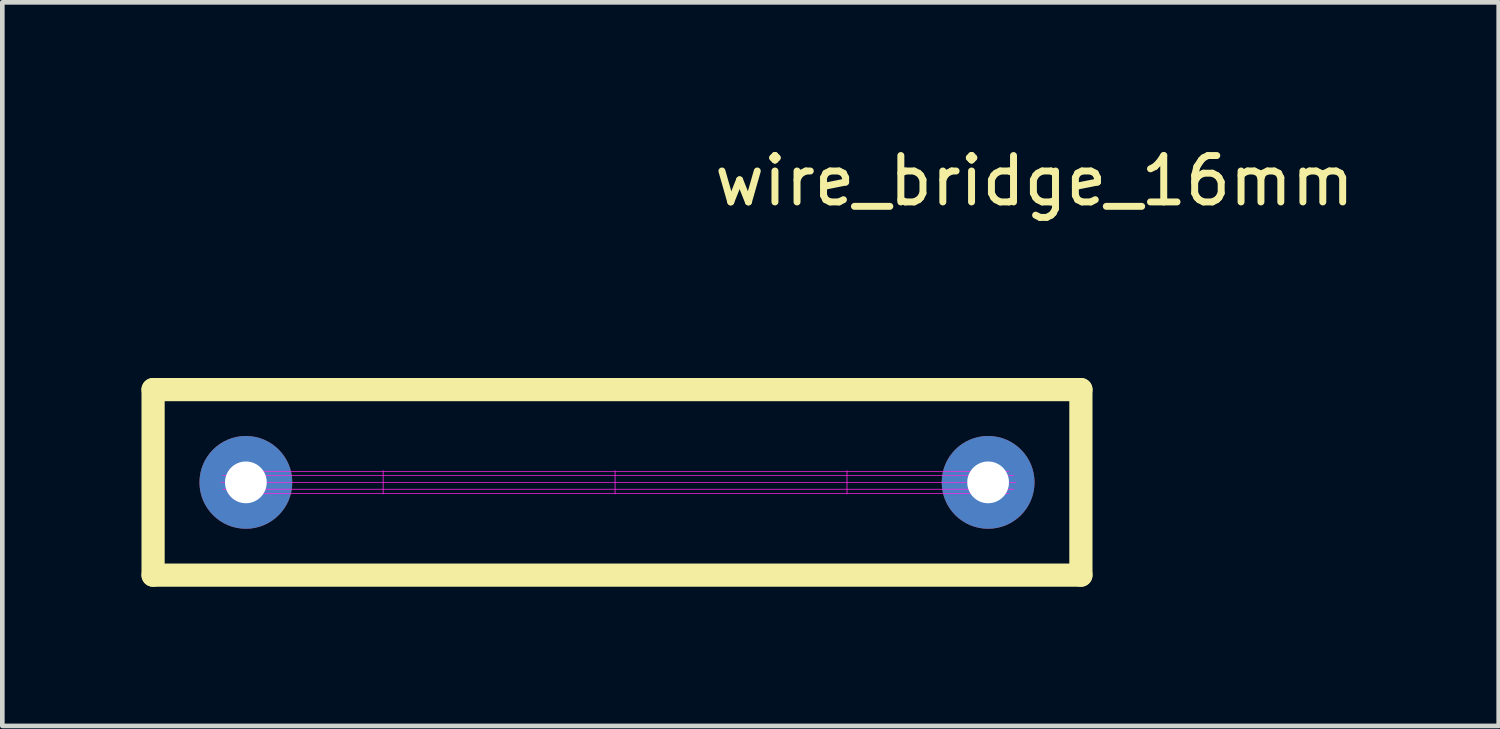
<source format=kicad_pcb>
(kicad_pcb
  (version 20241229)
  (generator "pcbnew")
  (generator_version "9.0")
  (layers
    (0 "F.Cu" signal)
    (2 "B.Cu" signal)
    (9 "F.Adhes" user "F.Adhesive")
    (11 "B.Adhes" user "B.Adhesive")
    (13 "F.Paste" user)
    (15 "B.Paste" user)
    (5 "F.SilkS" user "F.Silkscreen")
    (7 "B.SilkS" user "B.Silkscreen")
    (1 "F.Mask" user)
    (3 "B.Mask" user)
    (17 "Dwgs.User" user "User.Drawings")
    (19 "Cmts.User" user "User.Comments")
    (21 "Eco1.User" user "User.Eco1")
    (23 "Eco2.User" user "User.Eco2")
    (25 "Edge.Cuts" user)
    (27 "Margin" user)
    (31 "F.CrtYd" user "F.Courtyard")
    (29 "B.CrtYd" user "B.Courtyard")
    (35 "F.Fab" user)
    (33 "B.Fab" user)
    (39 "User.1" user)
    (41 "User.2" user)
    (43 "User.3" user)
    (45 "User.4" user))
  (footprint "wire_bridge_16mm"
    (layer "F.Cu")
    (at 2.25 7.348)
    (property "Reference" "wire_bridge_16mm" (at 17 -6.5 0) (layer "F.SilkS") (effects (font (size 1 1) (thickness 0.15))))
    (attr through_hole)
    (fp_line (start -2 -2) (end -2 2) (stroke (width 0.5) (type solid)) (layer "F.SilkS"))
    (fp_line (start -2 2) (end 18 2) (stroke (width 0.5) (type solid)) (layer "F.SilkS"))
    (fp_line (start 18 -2) (end -2 -2) (stroke (width 0.5) (type solid)) (layer "F.SilkS"))
    (fp_line (start 18 2) (end 18 -2) (stroke (width 0.5) (type solid)) (layer "F.SilkS"))
    (fp_line (start -0.538 0) (end -0.26 0) (stroke (width 0.01) (type solid)) (layer "F.CrtYd"))
    (fp_line (start -0.538 0) (end -0.538 0) (stroke (width 0.01) (type solid)) (layer "F.CrtYd"))
    (fp_line (start -0.495 -0.147) (end -0.495 -0.147) (stroke (width 0.01) (type solid)) (layer "F.CrtYd"))
    (fp_line (start -0.495 -0.147) (end -0.212 -0.147) (stroke (width 0.01) (type solid)) (layer "F.CrtYd"))
    (fp_line (start -0.495 0.147) (end -0.495 0.147) (stroke (width 0.01) (type solid)) (layer "F.CrtYd"))
    (fp_line (start -0.495 0.147) (end -0.211 0.147) (stroke (width 0.01) (type solid)) (layer "F.CrtYd"))
    (fp_line (start -0.384 -0.237) (end -0.383 -0.237) (stroke (width 0.01) (type solid)) (layer "F.CrtYd"))
    (fp_line (start -0.383 -0.237) (end -0.086 -0.237) (stroke (width 0.01) (type solid)) (layer "F.CrtYd"))
    (fp_line (start -0.382 0.238) (end -0.382 0.238) (stroke (width 0.01) (type solid)) (layer "F.CrtYd"))
    (fp_line (start -0.382 0.238) (end -0.084 0.238) (stroke (width 0.01) (type solid)) (layer "F.CrtYd"))
    (fp_line (start -0.292 0) (end -0.292 0) (stroke (width 0.01) (type solid)) (layer "F.CrtYd"))
    (fp_line (start -0.292 0) (end -0.292 0) (stroke (width 0.01) (type solid)) (layer "F.CrtYd"))
    (fp_line (start -0.292 0) (end 0.208 0) (stroke (width 0.01) (type solid)) (layer "F.CrtYd"))
    (fp_line (start -0.26 0) (end -0.26 0) (stroke (width 0.01) (type solid)) (layer "F.CrtYd"))
    (fp_line (start -0.26 0) (end -0.292 0) (stroke (width 0.01) (type solid)) (layer "F.CrtYd"))
    (fp_line (start -0.245 -0.238) (end -0.245 -0.238) (stroke (width 0.01) (type solid)) (layer "F.CrtYd"))
    (fp_line (start -0.245 -0.238) (end 0.07 -0.238) (stroke (width 0.01) (type solid)) (layer "F.CrtYd"))
    (fp_line (start -0.244 -0.147) (end -0.244 -0.147) (stroke (width 0.01) (type solid)) (layer "F.CrtYd"))
    (fp_line (start -0.244 -0.147) (end -0.244 -0.147) (stroke (width 0.01) (type solid)) (layer "F.CrtYd"))
    (fp_line (start -0.244 0.147) (end -0.244 0.147) (stroke (width 0.01) (type solid)) (layer "F.CrtYd"))
    (fp_line (start -0.244 0.147) (end -0.244 0.147) (stroke (width 0.01) (type solid)) (layer "F.CrtYd"))
    (fp_line (start -0.243 0.237) (end -0.243 0.237) (stroke (width 0.01) (type solid)) (layer "F.CrtYd"))
    (fp_line (start -0.243 0.237) (end 0.072 0.237) (stroke (width 0.01) (type solid)) (layer "F.CrtYd"))
    (fp_line (start -0.219 0) (end -0.219 -0.01) (stroke (width 0.01) (type solid)) (layer "F.CrtYd"))
    (fp_line (start -0.219 0.01) (end -0.219 0) (stroke (width 0.01) (type solid)) (layer "F.CrtYd"))
    (fp_line (start -0.219 -0.01) (end -0.218 -0.02) (stroke (width 0.01) (type solid)) (layer "F.CrtYd"))
    (fp_line (start -0.218 0.02) (end -0.219 0.01) (stroke (width 0.01) (type solid)) (layer "F.CrtYd"))
    (fp_line (start -0.218 -0.02) (end -0.217 -0.029) (stroke (width 0.01) (type solid)) (layer "F.CrtYd"))
    (fp_line (start -0.217 0.029) (end -0.218 0.02) (stroke (width 0.01) (type solid)) (layer "F.CrtYd"))
    (fp_line (start -0.217 -0.029) (end -0.216 -0.039) (stroke (width 0.01) (type solid)) (layer "F.CrtYd"))
    (fp_line (start -0.216 0.039) (end -0.217 0.029) (stroke (width 0.01) (type solid)) (layer "F.CrtYd"))
    (fp_line (start -0.216 -0.039) (end -0.215 -0.049) (stroke (width 0.01) (type solid)) (layer "F.CrtYd"))
    (fp_line (start -0.215 0.049) (end -0.216 0.039) (stroke (width 0.01) (type solid)) (layer "F.CrtYd"))
    (fp_line (start -0.215 -0.049) (end -0.214 -0.058) (stroke (width 0.01) (type solid)) (layer "F.CrtYd"))
    (fp_line (start -0.214 0.058) (end -0.215 0.049) (stroke (width 0.01) (type solid)) (layer "F.CrtYd"))
    (fp_line (start -0.214 -0.058) (end -0.212 -0.068) (stroke (width 0.01) (type solid)) (layer "F.CrtYd"))
    (fp_line (start -0.212 0.068) (end -0.214 0.058) (stroke (width 0.01) (type solid)) (layer "F.CrtYd"))
    (fp_line (start -0.212 -0.068) (end -0.21 -0.077) (stroke (width 0.01) (type solid)) (layer "F.CrtYd"))
    (fp_line (start -0.212 -0.147) (end -0.212 -0.147) (stroke (width 0.01) (type solid)) (layer "F.CrtYd"))
    (fp_line (start -0.212 -0.147) (end -0.244 -0.147) (stroke (width 0.01) (type solid)) (layer "F.CrtYd"))
    (fp_line (start -0.211 0.147) (end -0.211 0.147) (stroke (width 0.01) (type solid)) (layer "F.CrtYd"))
    (fp_line (start -0.211 0.147) (end -0.244 0.147) (stroke (width 0.01) (type solid)) (layer "F.CrtYd"))
    (fp_line (start -0.21 0.077) (end -0.212 0.068) (stroke (width 0.01) (type solid)) (layer "F.CrtYd"))
    (fp_line (start -0.21 -0.077) (end -0.208 -0.087) (stroke (width 0.01) (type solid)) (layer "F.CrtYd"))
    (fp_line (start -0.208 0.087) (end -0.21 0.077) (stroke (width 0.01) (type solid)) (layer "F.CrtYd"))
    (fp_line (start -0.208 -0.087) (end -0.205 -0.096) (stroke (width 0.01) (type solid)) (layer "F.CrtYd"))
    (fp_line (start -0.205 0.096) (end -0.208 0.087) (stroke (width 0.01) (type solid)) (layer "F.CrtYd"))
    (fp_line (start -0.205 -0.096) (end -0.202 -0.105) (stroke (width 0.01) (type solid)) (layer "F.CrtYd"))
    (fp_line (start -0.202 0.105) (end -0.205 0.096) (stroke (width 0.01) (type solid)) (layer "F.CrtYd"))
    (fp_line (start -0.202 -0.105) (end -0.199 -0.114) (stroke (width 0.01) (type solid)) (layer "F.CrtYd"))
    (fp_line (start -0.199 0.114) (end -0.202 0.105) (stroke (width 0.01) (type solid)) (layer "F.CrtYd"))
    (fp_line (start -0.199 -0.114) (end -0.196 -0.122) (stroke (width 0.01) (type solid)) (layer "F.CrtYd"))
    (fp_line (start -0.196 -0.122) (end -0.193 -0.131) (stroke (width 0.01) (type solid)) (layer "F.CrtYd"))
    (fp_line (start -0.196 0.122) (end -0.199 0.114) (stroke (width 0.01) (type solid)) (layer "F.CrtYd"))
    (fp_line (start -0.193 -0.131) (end -0.189 -0.139) (stroke (width 0.01) (type solid)) (layer "F.CrtYd"))
    (fp_line (start -0.193 0.131) (end -0.196 0.122) (stroke (width 0.01) (type solid)) (layer "F.CrtYd"))
    (fp_line (start -0.189 -0.139) (end -0.185 -0.147) (stroke (width 0.01) (type solid)) (layer "F.CrtYd"))
    (fp_line (start -0.189 0.139) (end -0.193 0.131) (stroke (width 0.01) (type solid)) (layer "F.CrtYd"))
    (fp_line (start -0.185 -0.147) (end -0.181 -0.155) (stroke (width 0.01) (type solid)) (layer "F.CrtYd"))
    (fp_line (start -0.185 0.147) (end -0.189 0.139) (stroke (width 0.01) (type solid)) (layer "F.CrtYd"))
    (fp_line (start -0.183 0.151) (end -0.185 0.147) (stroke (width 0.01) (type solid)) (layer "F.CrtYd"))
    (fp_line (start -0.181 -0.155) (end -0.179 -0.159) (stroke (width 0.01) (type solid)) (layer "F.CrtYd"))
    (fp_line (start -0.181 0.155) (end -0.183 0.151) (stroke (width 0.01) (type solid)) (layer "F.CrtYd"))
    (fp_line (start -0.179 -0.159) (end -0.176 -0.162) (stroke (width 0.01) (type solid)) (layer "F.CrtYd"))
    (fp_line (start -0.178 0.159) (end -0.181 0.155) (stroke (width 0.01) (type solid)) (layer "F.CrtYd"))
    (fp_line (start -0.176 -0.162) (end -0.174 -0.166) (stroke (width 0.01) (type solid)) (layer "F.CrtYd"))
    (fp_line (start -0.176 0.163) (end -0.178 0.159) (stroke (width 0.01) (type solid)) (layer "F.CrtYd"))
    (fp_line (start -0.174 -0.166) (end -0.172 -0.17) (stroke (width 0.01) (type solid)) (layer "F.CrtYd"))
    (fp_line (start -0.174 0.166) (end -0.176 0.163) (stroke (width 0.01) (type solid)) (layer "F.CrtYd"))
    (fp_line (start -0.172 -0.17) (end -0.169 -0.173) (stroke (width 0.01) (type solid)) (layer "F.CrtYd"))
    (fp_line (start -0.171 0.17) (end -0.174 0.166) (stroke (width 0.01) (type solid)) (layer "F.CrtYd"))
    (fp_line (start -0.169 -0.173) (end -0.167 -0.177) (stroke (width 0.01) (type solid)) (layer "F.CrtYd"))
    (fp_line (start -0.169 0.174) (end -0.171 0.17) (stroke (width 0.01) (type solid)) (layer "F.CrtYd"))
    (fp_line (start -0.167 -0.177) (end -0.165 -0.18) (stroke (width 0.01) (type solid)) (layer "F.CrtYd"))
    (fp_line (start -0.167 0.177) (end -0.169 0.174) (stroke (width 0.01) (type solid)) (layer "F.CrtYd"))
    (fp_line (start -0.165 -0.18) (end -0.162 -0.183) (stroke (width 0.01) (type solid)) (layer "F.CrtYd"))
    (fp_line (start -0.164 0.18) (end -0.167 0.177) (stroke (width 0.01) (type solid)) (layer "F.CrtYd"))
    (fp_line (start -0.162 -0.183) (end -0.16 -0.187) (stroke (width 0.01) (type solid)) (layer "F.CrtYd"))
    (fp_line (start -0.162 0.184) (end -0.164 0.18) (stroke (width 0.01) (type solid)) (layer "F.CrtYd"))
    (fp_line (start -0.16 -0.187) (end -0.157 -0.19) (stroke (width 0.01) (type solid)) (layer "F.CrtYd"))
    (fp_line (start -0.159 0.187) (end -0.162 0.184) (stroke (width 0.01) (type solid)) (layer "F.CrtYd"))
    (fp_line (start -0.157 -0.19) (end -0.154 -0.193) (stroke (width 0.01) (type solid)) (layer "F.CrtYd"))
    (fp_line (start -0.156 0.19) (end -0.159 0.187) (stroke (width 0.01) (type solid)) (layer "F.CrtYd"))
    (fp_line (start -0.154 -0.193) (end -0.152 -0.196) (stroke (width 0.01) (type solid)) (layer "F.CrtYd"))
    (fp_line (start -0.154 0.194) (end -0.156 0.19) (stroke (width 0.01) (type solid)) (layer "F.CrtYd"))
    (fp_line (start -0.152 -0.196) (end -0.149 -0.199) (stroke (width 0.01) (type solid)) (layer "F.CrtYd"))
    (fp_line (start -0.151 0.197) (end -0.154 0.194) (stroke (width 0.01) (type solid)) (layer "F.CrtYd"))
    (fp_line (start -0.149 -0.199) (end -0.146 -0.202) (stroke (width 0.01) (type solid)) (layer "F.CrtYd"))
    (fp_line (start -0.148 0.2) (end -0.151 0.197) (stroke (width 0.01) (type solid)) (layer "F.CrtYd"))
    (fp_line (start -0.146 -0.202) (end -0.143 -0.205) (stroke (width 0.01) (type solid)) (layer "F.CrtYd"))
    (fp_line (start -0.145 0.203) (end -0.148 0.2) (stroke (width 0.01) (type solid)) (layer "F.CrtYd"))
    (fp_line (start -0.143 -0.205) (end -0.14 -0.207) (stroke (width 0.01) (type solid)) (layer "F.CrtYd"))
    (fp_line (start -0.142 0.205) (end -0.145 0.203) (stroke (width 0.01) (type solid)) (layer "F.CrtYd"))
    (fp_line (start -0.14 -0.207) (end -0.138 -0.21) (stroke (width 0.01) (type solid)) (layer "F.CrtYd"))
    (fp_line (start -0.14 0.208) (end -0.142 0.205) (stroke (width 0.01) (type solid)) (layer "F.CrtYd"))
    (fp_line (start -0.138 -0.21) (end -0.135 -0.213) (stroke (width 0.01) (type solid)) (layer "F.CrtYd"))
    (fp_line (start -0.137 0.211) (end -0.14 0.208) (stroke (width 0.01) (type solid)) (layer "F.CrtYd"))
    (fp_line (start -0.135 -0.213) (end -0.132 -0.215) (stroke (width 0.01) (type solid)) (layer "F.CrtYd"))
    (fp_line (start -0.134 0.213) (end -0.137 0.211) (stroke (width 0.01) (type solid)) (layer "F.CrtYd"))
    (fp_line (start -0.133 -0.147) (end -0.133 -0.147) (stroke (width 0.01) (type solid)) (layer "F.CrtYd"))
    (fp_line (start -0.133 -0.147) (end 0.197 -0.147) (stroke (width 0.01) (type solid)) (layer "F.CrtYd"))
    (fp_line (start -0.133 0.147) (end -0.133 0.147) (stroke (width 0.01) (type solid)) (layer "F.CrtYd"))
    (fp_line (start -0.133 0.147) (end 0.197 0.147) (stroke (width 0.01) (type solid)) (layer "F.CrtYd"))
    (fp_line (start -0.132 -0.215) (end -0.129 -0.218) (stroke (width 0.01) (type solid)) (layer "F.CrtYd"))
    (fp_line (start -0.131 0.216) (end -0.134 0.213) (stroke (width 0.01) (type solid)) (layer "F.CrtYd"))
    (fp_line (start -0.129 -0.218) (end -0.126 -0.22) (stroke (width 0.01) (type solid)) (layer "F.CrtYd"))
    (fp_line (start -0.128 0.218) (end -0.131 0.216) (stroke (width 0.01) (type solid)) (layer "F.CrtYd"))
    (fp_line (start -0.126 -0.22) (end -0.123 -0.222) (stroke (width 0.01) (type solid)) (layer "F.CrtYd"))
    (fp_line (start -0.125 0.221) (end -0.128 0.218) (stroke (width 0.01) (type solid)) (layer "F.CrtYd"))
    (fp_line (start -0.123 -0.222) (end -0.12 -0.225) (stroke (width 0.01) (type solid)) (layer "F.CrtYd"))
    (fp_line (start -0.121 0.223) (end -0.125 0.221) (stroke (width 0.01) (type solid)) (layer "F.CrtYd"))
    (fp_line (start -0.12 -0.237) (end -0.12 -0.237) (stroke (width 0.01) (type solid)) (layer "F.CrtYd"))
    (fp_line (start -0.12 -0.237) (end -0.12 -0.237) (stroke (width 0.01) (type solid)) (layer "F.CrtYd"))
    (fp_line (start -0.12 -0.225) (end -0.116 -0.227) (stroke (width 0.01) (type solid)) (layer "F.CrtYd"))
    (fp_line (start -0.118 0.225) (end -0.121 0.223) (stroke (width 0.01) (type solid)) (layer "F.CrtYd"))
    (fp_line (start -0.118 0.238) (end -0.118 0.238) (stroke (width 0.01) (type solid)) (layer "F.CrtYd"))
    (fp_line (start -0.116 -0.227) (end -0.113 -0.229) (stroke (width 0.01) (type solid)) (layer "F.CrtYd"))
    (fp_line (start -0.115 0.227) (end -0.118 0.225) (stroke (width 0.01) (type solid)) (layer "F.CrtYd"))
    (fp_line (start -0.113 -0.229) (end -0.11 -0.231) (stroke (width 0.01) (type solid)) (layer "F.CrtYd"))
    (fp_line (start -0.112 0.229) (end -0.115 0.227) (stroke (width 0.01) (type solid)) (layer "F.CrtYd"))
    (fp_line (start -0.11 -0.231) (end -0.107 -0.232) (stroke (width 0.01) (type solid)) (layer "F.CrtYd"))
    (fp_line (start -0.109 0.231) (end -0.112 0.229) (stroke (width 0.01) (type solid)) (layer "F.CrtYd"))
    (fp_line (start -0.107 -0.232) (end -0.104 -0.234) (stroke (width 0.01) (type solid)) (layer "F.CrtYd"))
    (fp_line (start -0.106 0.233) (end -0.109 0.231) (stroke (width 0.01) (type solid)) (layer "F.CrtYd"))
    (fp_line (start -0.104 -0.234) (end -0.101 -0.236) (stroke (width 0.01) (type solid)) (layer "F.CrtYd"))
    (fp_line (start -0.102 0.235) (end -0.106 0.233) (stroke (width 0.01) (type solid)) (layer "F.CrtYd"))
    (fp_line (start -0.101 -0.236) (end -0.097 -0.237) (stroke (width 0.01) (type solid)) (layer "F.CrtYd"))
    (fp_line (start -0.099 0.237) (end -0.102 0.235) (stroke (width 0.01) (type solid)) (layer "F.CrtYd"))
    (fp_line (start -0.097 -0.237) (end -0.094 -0.239) (stroke (width 0.01) (type solid)) (layer "F.CrtYd"))
    (fp_line (start -0.096 0.238) (end -0.099 0.237) (stroke (width 0.01) (type solid)) (layer "F.CrtYd"))
    (fp_line (start -0.094 -0.239) (end -0.091 -0.24) (stroke (width 0.01) (type solid)) (layer "F.CrtYd"))
    (fp_line (start -0.092 0.24) (end -0.096 0.238) (stroke (width 0.01) (type solid)) (layer "F.CrtYd"))
    (fp_line (start -0.091 0) (end -0.091 0) (stroke (width 0.01) (type solid)) (layer "F.CrtYd"))
    (fp_line (start -0.091 0) (end 0.245 0) (stroke (width 0.01) (type solid)) (layer "F.CrtYd"))
    (fp_line (start -0.091 -0.24) (end -0.087 -0.242) (stroke (width 0.01) (type solid)) (layer "F.CrtYd"))
    (fp_line (start -0.089 0.241) (end -0.092 0.24) (stroke (width 0.01) (type solid)) (layer "F.CrtYd"))
    (fp_line (start -0.087 -0.242) (end -0.084 -0.243) (stroke (width 0.01) (type solid)) (layer "F.CrtYd"))
    (fp_line (start -0.086 -0.237) (end -0.12 -0.237) (stroke (width 0.01) (type solid)) (layer "F.CrtYd"))
    (fp_line (start -0.086 -0.237) (end -0.086 -0.237) (stroke (width 0.01) (type solid)) (layer "F.CrtYd"))
    (fp_line (start -0.086 0.242) (end -0.089 0.241) (stroke (width 0.01) (type solid)) (layer "F.CrtYd"))
    (fp_line (start -0.084 0.238) (end -0.118 0.238) (stroke (width 0.01) (type solid)) (layer "F.CrtYd"))
    (fp_line (start -0.084 0.238) (end -0.084 0.238) (stroke (width 0.01) (type solid)) (layer "F.CrtYd"))
    (fp_line (start -0.084 -0.243) (end -0.081 -0.244) (stroke (width 0.01) (type solid)) (layer "F.CrtYd"))
    (fp_line (start -0.082 0.243) (end -0.086 0.242) (stroke (width 0.01) (type solid)) (layer "F.CrtYd"))
    (fp_line (start -0.081 -0.244) (end -0.077 -0.245) (stroke (width 0.01) (type solid)) (layer "F.CrtYd"))
    (fp_line (start -0.079 0.244) (end -0.082 0.243) (stroke (width 0.01) (type solid)) (layer "F.CrtYd"))
    (fp_line (start -0.077 -0.245) (end -0.074 -0.246) (stroke (width 0.01) (type solid)) (layer "F.CrtYd"))
    (fp_line (start -0.076 0.245) (end -0.079 0.244) (stroke (width 0.01) (type solid)) (layer "F.CrtYd"))
    (fp_line (start -0.074 -0.246) (end -0.07 -0.247) (stroke (width 0.01) (type solid)) (layer "F.CrtYd"))
    (fp_line (start -0.072 0.246) (end -0.076 0.245) (stroke (width 0.01) (type solid)) (layer "F.CrtYd"))
    (fp_line (start -0.07 -0.247) (end -0.067 -0.247) (stroke (width 0.01) (type solid)) (layer "F.CrtYd"))
    (fp_line (start -0.069 0.247) (end -0.072 0.246) (stroke (width 0.01) (type solid)) (layer "F.CrtYd"))
    (fp_line (start -0.067 -0.247) (end -0.064 -0.248) (stroke (width 0.01) (type solid)) (layer "F.CrtYd"))
    (fp_line (start -0.065 0.248) (end -0.069 0.247) (stroke (width 0.01) (type solid)) (layer "F.CrtYd"))
    (fp_line (start -0.064 -0.248) (end -0.06 -0.249) (stroke (width 0.01) (type solid)) (layer "F.CrtYd"))
    (fp_line (start -0.062 0.248) (end -0.065 0.248) (stroke (width 0.01) (type solid)) (layer "F.CrtYd"))
    (fp_line (start -0.06 -0.249) (end -0.057 -0.249) (stroke (width 0.01) (type solid)) (layer "F.CrtYd"))
    (fp_line (start -0.058 0.249) (end -0.062 0.248) (stroke (width 0.01) (type solid)) (layer "F.CrtYd"))
    (fp_line (start -0.057 -0.249) (end -0.053 -0.249) (stroke (width 0.01) (type solid)) (layer "F.CrtYd"))
    (fp_line (start -0.055 0.249) (end -0.058 0.249) (stroke (width 0.01) (type solid)) (layer "F.CrtYd"))
    (fp_line (start -0.053 -0.249) (end -0.05 -0.25) (stroke (width 0.01) (type solid)) (layer "F.CrtYd"))
    (fp_line (start -0.051 0.25) (end -0.055 0.249) (stroke (width 0.01) (type solid)) (layer "F.CrtYd"))
    (fp_line (start -0.05 -0.25) (end -0.046 -0.25) (stroke (width 0.01) (type solid)) (layer "F.CrtYd"))
    (fp_line (start -0.048 0.25) (end -0.051 0.25) (stroke (width 0.01) (type solid)) (layer "F.CrtYd"))
    (fp_line (start -0.046 -0.25) (end -0.043 -0.25) (stroke (width 0.01) (type solid)) (layer "F.CrtYd"))
    (fp_line (start -0.044 0.25) (end -0.048 0.25) (stroke (width 0.01) (type solid)) (layer "F.CrtYd"))
    (fp_line (start -0.043 -0.25) (end -0.039 -0.25) (stroke (width 0.01) (type solid)) (layer "F.CrtYd"))
    (fp_line (start -0.042 -0.25) (end -0.042 0.25) (stroke (width 0.01) (type solid)) (layer "F.CrtYd"))
    (fp_line (start -0.041 0.25) (end -0.044 0.25) (stroke (width 0.01) (type solid)) (layer "F.CrtYd"))
    (fp_line (start -0.039 -0.25) (end -0.036 -0.25) (stroke (width 0.01) (type solid)) (layer "F.CrtYd"))
    (fp_line (start -0.038 0.25) (end -0.041 0.25) (stroke (width 0.01) (type solid)) (layer "F.CrtYd"))
    (fp_line (start -0.036 -0.25) (end -0.032 -0.25) (stroke (width 0.01) (type solid)) (layer "F.CrtYd"))
    (fp_line (start -0.034 0.25) (end -0.038 0.25) (stroke (width 0.01) (type solid)) (layer "F.CrtYd"))
    (fp_line (start -0.032 -0.25) (end -0.029 -0.249) (stroke (width 0.01) (type solid)) (layer "F.CrtYd"))
    (fp_line (start -0.031 0.249) (end -0.034 0.25) (stroke (width 0.01) (type solid)) (layer "F.CrtYd"))
    (fp_line (start -0.029 -0.249) (end -0.025 -0.249) (stroke (width 0.01) (type solid)) (layer "F.CrtYd"))
    (fp_line (start -0.027 0.249) (end -0.031 0.249) (stroke (width 0.01) (type solid)) (layer "F.CrtYd"))
    (fp_line (start -0.025 -0.249) (end -0.022 -0.248) (stroke (width 0.01) (type solid)) (layer "F.CrtYd"))
    (fp_line (start -0.024 0.249) (end -0.027 0.249) (stroke (width 0.01) (type solid)) (layer "F.CrtYd"))
    (fp_line (start -0.022 -0.248) (end -0.019 -0.248) (stroke (width 0.01) (type solid)) (layer "F.CrtYd"))
    (fp_line (start -0.02 0.248) (end -0.024 0.249) (stroke (width 0.01) (type solid)) (layer "F.CrtYd"))
    (fp_line (start -0.019 -0.248) (end -0.015 -0.247) (stroke (width 0.01) (type solid)) (layer "F.CrtYd"))
    (fp_line (start -0.017 0.247) (end -0.02 0.248) (stroke (width 0.01) (type solid)) (layer "F.CrtYd"))
    (fp_line (start -0.015 -0.247) (end -0.012 -0.246) (stroke (width 0.01) (type solid)) (layer "F.CrtYd"))
    (fp_line (start -0.013 0.247) (end -0.017 0.247) (stroke (width 0.01) (type solid)) (layer "F.CrtYd"))
    (fp_line (start -0.012 -0.246) (end -0.008 -0.245) (stroke (width 0.01) (type solid)) (layer "F.CrtYd"))
    (fp_line (start -0.01 0.246) (end -0.013 0.247) (stroke (width 0.01) (type solid)) (layer "F.CrtYd"))
    (fp_line (start -0.008 -0.245) (end -0.005 -0.244) (stroke (width 0.01) (type solid)) (layer "F.CrtYd"))
    (fp_line (start -0.007 0.245) (end -0.01 0.246) (stroke (width 0.01) (type solid)) (layer "F.CrtYd"))
    (fp_line (start -0.005 -0.244) (end -0.001 -0.243) (stroke (width 0.01) (type solid)) (layer "F.CrtYd"))
    (fp_line (start -0.003 0.244) (end -0.007 0.245) (stroke (width 0.01) (type solid)) (layer "F.CrtYd"))
    (fp_line (start -0.001 -0.243) (end 0.002 -0.242) (stroke (width 0.01) (type solid)) (layer "F.CrtYd"))
    (fp_line (start 0.00021 0.243) (end -0.003 0.244) (stroke (width 0.01) (type solid)) (layer "F.CrtYd"))
    (fp_line (start 0.002 -0.242) (end 0.005 -0.241) (stroke (width 0.01) (type solid)) (layer "F.CrtYd"))
    (fp_line (start 0.004 0.242) (end 0.00021 0.243) (stroke (width 0.01) (type solid)) (layer "F.CrtYd"))
    (fp_line (start 0.005 -0.241) (end 0.009 -0.24) (stroke (width 0.01) (type solid)) (layer "F.CrtYd"))
    (fp_line (start 0.007 0.24) (end 0.004 0.242) (stroke (width 0.01) (type solid)) (layer "F.CrtYd"))
    (fp_line (start 0.009 -0.24) (end 0.012 -0.238) (stroke (width 0.01) (type solid)) (layer "F.CrtYd"))
    (fp_line (start 0.01 0.239) (end 0.007 0.24) (stroke (width 0.01) (type solid)) (layer "F.CrtYd"))
    (fp_line (start 0.012 -0.238) (end 0.015 -0.237) (stroke (width 0.01) (type solid)) (layer "F.CrtYd"))
    (fp_line (start 0.014 0.237) (end 0.01 0.239) (stroke (width 0.01) (type solid)) (layer "F.CrtYd"))
    (fp_line (start 0.015 -0.237) (end 0.019 -0.235) (stroke (width 0.01) (type solid)) (layer "F.CrtYd"))
    (fp_line (start 0.017 0.236) (end 0.014 0.237) (stroke (width 0.01) (type solid)) (layer "F.CrtYd"))
    (fp_line (start 0.019 -0.235) (end 0.022 -0.233) (stroke (width 0.01) (type solid)) (layer "F.CrtYd"))
    (fp_line (start 0.02 0.234) (end 0.017 0.236) (stroke (width 0.01) (type solid)) (layer "F.CrtYd"))
    (fp_line (start 0.022 -0.233) (end 0.025 -0.231) (stroke (width 0.01) (type solid)) (layer "F.CrtYd"))
    (fp_line (start 0.023 0.232) (end 0.02 0.234) (stroke (width 0.01) (type solid)) (layer "F.CrtYd"))
    (fp_line (start 0.025 -0.231) (end 0.028 -0.229) (stroke (width 0.01) (type solid)) (layer "F.CrtYd"))
    (fp_line (start 0.026 0.231) (end 0.023 0.232) (stroke (width 0.01) (type solid)) (layer "F.CrtYd"))
    (fp_line (start 0.028 -0.229) (end 0.031 -0.227) (stroke (width 0.01) (type solid)) (layer "F.CrtYd"))
    (fp_line (start 0.03 0.229) (end 0.026 0.231) (stroke (width 0.01) (type solid)) (layer "F.CrtYd"))
    (fp_line (start 0.031 -0.227) (end 0.035 -0.225) (stroke (width 0.01) (type solid)) (layer "F.CrtYd"))
    (fp_line (start 0.033 0.227) (end 0.03 0.229) (stroke (width 0.01) (type solid)) (layer "F.CrtYd"))
    (fp_line (start 0.035 -0.225) (end 0.038 -0.223) (stroke (width 0.01) (type solid)) (layer "F.CrtYd"))
    (fp_line (start 0.036 0.225) (end 0.033 0.227) (stroke (width 0.01) (type solid)) (layer "F.CrtYd"))
    (fp_line (start 0.038 -0.223) (end 0.041 -0.221) (stroke (width 0.01) (type solid)) (layer "F.CrtYd"))
    (fp_line (start 0.039 0.222) (end 0.036 0.225) (stroke (width 0.01) (type solid)) (layer "F.CrtYd"))
    (fp_line (start 0.041 -0.221) (end 0.044 -0.218) (stroke (width 0.01) (type solid)) (layer "F.CrtYd"))
    (fp_line (start 0.042 0.22) (end 0.039 0.222) (stroke (width 0.01) (type solid)) (layer "F.CrtYd"))
    (fp_line (start 0.044 -0.218) (end 0.047 -0.216) (stroke (width 0.01) (type solid)) (layer "F.CrtYd"))
    (fp_line (start 0.045 0.218) (end 0.042 0.22) (stroke (width 0.01) (type solid)) (layer "F.CrtYd"))
    (fp_line (start 0.047 -0.216) (end 0.05 -0.213) (stroke (width 0.01) (type solid)) (layer "F.CrtYd"))
    (fp_line (start 0.048 0.215) (end 0.045 0.218) (stroke (width 0.01) (type solid)) (layer "F.CrtYd"))
    (fp_line (start 0.05 -0.213) (end 0.053 -0.211) (stroke (width 0.01) (type solid)) (layer "F.CrtYd"))
    (fp_line (start 0.051 0.213) (end 0.048 0.215) (stroke (width 0.01) (type solid)) (layer "F.CrtYd"))
    (fp_line (start 0.053 -0.211) (end 0.056 -0.208) (stroke (width 0.01) (type solid)) (layer "F.CrtYd"))
    (fp_line (start 0.054 0.21) (end 0.051 0.213) (stroke (width 0.01) (type solid)) (layer "F.CrtYd"))
    (fp_line (start 0.056 -0.208) (end 0.059 -0.205) (stroke (width 0.01) (type solid)) (layer "F.CrtYd"))
    (fp_line (start 0.057 0.207) (end 0.054 0.21) (stroke (width 0.01) (type solid)) (layer "F.CrtYd"))
    (fp_line (start 0.059 -0.205) (end 0.062 -0.203) (stroke (width 0.01) (type solid)) (layer "F.CrtYd"))
    (fp_line (start 0.06 0.205) (end 0.057 0.207) (stroke (width 0.01) (type solid)) (layer "F.CrtYd"))
    (fp_line (start 0.062 -0.203) (end 0.064 -0.2) (stroke (width 0.01) (type solid)) (layer "F.CrtYd"))
    (fp_line (start 0.062 0.202) (end 0.06 0.205) (stroke (width 0.01) (type solid)) (layer "F.CrtYd"))
    (fp_line (start 0.064 -0.2) (end 0.067 -0.197) (stroke (width 0.01) (type solid)) (layer "F.CrtYd"))
    (fp_line (start 0.065 0.199) (end 0.062 0.202) (stroke (width 0.01) (type solid)) (layer "F.CrtYd"))
    (fp_line (start 0.067 -0.197) (end 0.07 -0.194) (stroke (width 0.01) (type solid)) (layer "F.CrtYd"))
    (fp_line (start 0.068 0.196) (end 0.065 0.199) (stroke (width 0.01) (type solid)) (layer "F.CrtYd"))
    (fp_line (start 0.07 -0.238) (end 0.034 -0.238) (stroke (width 0.01) (type solid)) (layer "F.CrtYd"))
    (fp_line (start 0.07 -0.238) (end 0.07 -0.238) (stroke (width 0.01) (type solid)) (layer "F.CrtYd"))
    (fp_line (start 0.07 -0.194) (end 0.073 -0.19) (stroke (width 0.01) (type solid)) (layer "F.CrtYd"))
    (fp_line (start 0.071 0.193) (end 0.068 0.196) (stroke (width 0.01) (type solid)) (layer "F.CrtYd"))
    (fp_line (start 0.072 0.237) (end 0.072 0.237) (stroke (width 0.01) (type solid)) (layer "F.CrtYd"))
    (fp_line (start 0.072 0.237) (end 0.036 0.237) (stroke (width 0.01) (type solid)) (layer "F.CrtYd"))
    (fp_line (start 0.073 -0.19) (end 0.075 -0.187) (stroke (width 0.01) (type solid)) (layer "F.CrtYd"))
    (fp_line (start 0.073 0.19) (end 0.071 0.193) (stroke (width 0.01) (type solid)) (layer "F.CrtYd"))
    (fp_line (start 0.075 -0.187) (end 0.078 -0.184) (stroke (width 0.01) (type solid)) (layer "F.CrtYd"))
    (fp_line (start 0.076 0.187) (end 0.073 0.19) (stroke (width 0.01) (type solid)) (layer "F.CrtYd"))
    (fp_line (start 0.078 -0.184) (end 0.08 -0.18) (stroke (width 0.01) (type solid)) (layer "F.CrtYd"))
    (fp_line (start 0.078 0.183) (end 0.076 0.187) (stroke (width 0.01) (type solid)) (layer "F.CrtYd"))
    (fp_line (start 0.08 -0.18) (end 0.083 -0.177) (stroke (width 0.01) (type solid)) (layer "F.CrtYd"))
    (fp_line (start 0.081 0.18) (end 0.078 0.183) (stroke (width 0.01) (type solid)) (layer "F.CrtYd"))
    (fp_line (start 0.083 -0.177) (end 0.085 -0.174) (stroke (width 0.01) (type solid)) (layer "F.CrtYd"))
    (fp_line (start 0.083 0.177) (end 0.081 0.18) (stroke (width 0.01) (type solid)) (layer "F.CrtYd"))
    (fp_line (start 0.085 -0.174) (end 0.088 -0.17) (stroke (width 0.01) (type solid)) (layer "F.CrtYd"))
    (fp_line (start 0.086 0.173) (end 0.083 0.177) (stroke (width 0.01) (type solid)) (layer "F.CrtYd"))
    (fp_line (start 0.088 -0.17) (end 0.09 -0.166) (stroke (width 0.01) (type solid)) (layer "F.CrtYd"))
    (fp_line (start 0.088 0.17) (end 0.086 0.173) (stroke (width 0.01) (type solid)) (layer "F.CrtYd"))
    (fp_line (start 0.09 -0.166) (end 0.092 -0.163) (stroke (width 0.01) (type solid)) (layer "F.CrtYd"))
    (fp_line (start 0.09 0.166) (end 0.088 0.17) (stroke (width 0.01) (type solid)) (layer "F.CrtYd"))
    (fp_line (start 0.092 -0.163) (end 0.095 -0.159) (stroke (width 0.01) (type solid)) (layer "F.CrtYd"))
    (fp_line (start 0.093 0.162) (end 0.09 0.166) (stroke (width 0.01) (type solid)) (layer "F.CrtYd"))
    (fp_line (start 0.095 -0.159) (end 0.097 -0.155) (stroke (width 0.01) (type solid)) (layer "F.CrtYd"))
    (fp_line (start 0.095 0.159) (end 0.093 0.162) (stroke (width 0.01) (type solid)) (layer "F.CrtYd"))
    (fp_line (start 0.097 -0.155) (end 0.099 -0.151) (stroke (width 0.01) (type solid)) (layer "F.CrtYd"))
    (fp_line (start 0.097 0.155) (end 0.095 0.159) (stroke (width 0.01) (type solid)) (layer "F.CrtYd"))
    (fp_line (start 0.099 -0.151) (end 0.101 -0.147) (stroke (width 0.01) (type solid)) (layer "F.CrtYd"))
    (fp_line (start 0.101 -0.147) (end 0.105 -0.139) (stroke (width 0.01) (type solid)) (layer "F.CrtYd"))
    (fp_line (start 0.101 0.147) (end 0.097 0.155) (stroke (width 0.01) (type solid)) (layer "F.CrtYd"))
    (fp_line (start 0.105 -0.139) (end 0.109 -0.131) (stroke (width 0.01) (type solid)) (layer "F.CrtYd"))
    (fp_line (start 0.105 0.139) (end 0.101 0.147) (stroke (width 0.01) (type solid)) (layer "F.CrtYd"))
    (fp_line (start 0.109 -0.131) (end 0.112 -0.122) (stroke (width 0.01) (type solid)) (layer "F.CrtYd"))
    (fp_line (start 0.109 0.131) (end 0.105 0.139) (stroke (width 0.01) (type solid)) (layer "F.CrtYd"))
    (fp_line (start 0.112 -0.122) (end 0.116 -0.114) (stroke (width 0.01) (type solid)) (layer "F.CrtYd"))
    (fp_line (start 0.112 0.122) (end 0.109 0.131) (stroke (width 0.01) (type solid)) (layer "F.CrtYd"))
    (fp_line (start 0.116 0.114) (end 0.112 0.122) (stroke (width 0.01) (type solid)) (layer "F.CrtYd"))
    (fp_line (start 0.116 -0.114) (end 0.119 -0.105) (stroke (width 0.01) (type solid)) (layer "F.CrtYd"))
    (fp_line (start 0.119 0.105) (end 0.116 0.114) (stroke (width 0.01) (type solid)) (layer "F.CrtYd"))
    (fp_line (start 0.119 -0.105) (end 0.121 -0.096) (stroke (width 0.01) (type solid)) (layer "F.CrtYd"))
    (fp_line (start 0.121 0.096) (end 0.119 0.105) (stroke (width 0.01) (type solid)) (layer "F.CrtYd"))
    (fp_line (start 0.121 -0.096) (end 0.124 -0.087) (stroke (width 0.01) (type solid)) (layer "F.CrtYd"))
    (fp_line (start 0.124 0.087) (end 0.121 0.096) (stroke (width 0.01) (type solid)) (layer "F.CrtYd"))
    (fp_line (start 0.124 -0.087) (end 0.126 -0.077) (stroke (width 0.01) (type solid)) (layer "F.CrtYd"))
    (fp_line (start 0.126 0.077) (end 0.124 0.087) (stroke (width 0.01) (type solid)) (layer "F.CrtYd"))
    (fp_line (start 0.126 -0.077) (end 0.128 -0.068) (stroke (width 0.01) (type solid)) (layer "F.CrtYd"))
    (fp_line (start 0.128 0.068) (end 0.126 0.077) (stroke (width 0.01) (type solid)) (layer "F.CrtYd"))
    (fp_line (start 0.128 -0.068) (end 0.13 -0.058) (stroke (width 0.01) (type solid)) (layer "F.CrtYd"))
    (fp_line (start 0.13 0.058) (end 0.128 0.068) (stroke (width 0.01) (type solid)) (layer "F.CrtYd"))
    (fp_line (start 0.13 -0.058) (end 0.131 -0.049) (stroke (width 0.01) (type solid)) (layer "F.CrtYd"))
    (fp_line (start 0.131 0.049) (end 0.13 0.058) (stroke (width 0.01) (type solid)) (layer "F.CrtYd"))
    (fp_line (start 0.131 -0.049) (end 0.133 -0.039) (stroke (width 0.01) (type solid)) (layer "F.CrtYd"))
    (fp_line (start 0.133 0.039) (end 0.131 0.049) (stroke (width 0.01) (type solid)) (layer "F.CrtYd"))
    (fp_line (start 0.133 -0.039) (end 0.134 -0.029) (stroke (width 0.01) (type solid)) (layer "F.CrtYd"))
    (fp_line (start 0.134 0.029) (end 0.133 0.039) (stroke (width 0.01) (type solid)) (layer "F.CrtYd"))
    (fp_line (start 0.134 -0.029) (end 0.134 -0.02) (stroke (width 0.01) (type solid)) (layer "F.CrtYd"))
    (fp_line (start 0.134 0.02) (end 0.134 0.029) (stroke (width 0.01) (type solid)) (layer "F.CrtYd"))
    (fp_line (start 0.134 -0.02) (end 0.135 -0.01) (stroke (width 0.01) (type solid)) (layer "F.CrtYd"))
    (fp_line (start 0.135 0.01) (end 0.134 0.02) (stroke (width 0.01) (type solid)) (layer "F.CrtYd"))
    (fp_line (start 0.135 -0.01) (end 0.135 0) (stroke (width 0.01) (type solid)) (layer "F.CrtYd"))
    (fp_line (start 0.135 0) (end 0.135 0.01) (stroke (width 0.01) (type solid)) (layer "F.CrtYd"))
    (fp_line (start 0.197 -0.147) (end 0.197 -0.147) (stroke (width 0.01) (type solid)) (layer "F.CrtYd"))
    (fp_line (start 0.197 -0.147) (end 0.16 -0.147) (stroke (width 0.01) (type solid)) (layer "F.CrtYd"))
    (fp_line (start 0.197 0.147) (end 0.197 0.147) (stroke (width 0.01) (type solid)) (layer "F.CrtYd"))
    (fp_line (start 0.197 0.147) (end 0.16 0.147) (stroke (width 0.01) (type solid)) (layer "F.CrtYd"))
    (fp_line (start 0.245 0) (end 0.245 0) (stroke (width 0.01) (type solid)) (layer "F.CrtYd"))
    (fp_line (start 0.245 0) (end 0.208 0) (stroke (width 0.01) (type solid)) (layer "F.CrtYd"))
    (fp_line (start 2.958 -0.25) (end 2.958 -0.25) (stroke (width 0.01) (type solid)) (layer "F.CrtYd"))
    (fp_line (start 2.958 -0.25) (end 2.958 0.25) (stroke (width 0.01) (type solid)) (layer "F.CrtYd"))
    (fp_line (start 2.958 0) (end 2.958 -0.25) (stroke (width 0.01) (type solid)) (layer "F.CrtYd"))
    (fp_line (start 2.958 0.25) (end 2.958 0) (stroke (width 0.01) (type solid)) (layer "F.CrtYd"))
    (fp_line (start 2.958 0.25) (end 2.958 0.25) (stroke (width 0.01) (type solid)) (layer "F.CrtYd"))
    (fp_line (start 7.958 -0.25) (end 7.958 -0.25) (stroke (width 0.01) (type solid)) (layer "F.CrtYd"))
    (fp_line (start 7.958 -0.25) (end 7.958 0.25) (stroke (width 0.01) (type solid)) (layer "F.CrtYd"))
    (fp_line (start 7.958 0) (end 7.958 -0.25) (stroke (width 0.01) (type solid)) (layer "F.CrtYd"))
    (fp_line (start 7.958 0.25) (end 7.958 0) (stroke (width 0.01) (type solid)) (layer "F.CrtYd"))
    (fp_line (start 7.958 0.25) (end 7.958 0.25) (stroke (width 0.01) (type solid)) (layer "F.CrtYd"))
    (fp_line (start 12.958 -0.25) (end 12.958 -0.25) (stroke (width 0.01) (type solid)) (layer "F.CrtYd"))
    (fp_line (start 12.958 -0.25) (end 12.958 0.25) (stroke (width 0.01) (type solid)) (layer "F.CrtYd"))
    (fp_line (start 12.958 0) (end 12.958 -0.25) (stroke (width 0.01) (type solid)) (layer "F.CrtYd"))
    (fp_line (start 12.958 0.25) (end 12.958 0) (stroke (width 0.01) (type solid)) (layer "F.CrtYd"))
    (fp_line (start 12.958 0.25) (end 12.958 0.25) (stroke (width 0.01) (type solid)) (layer "F.CrtYd"))
    (fp_line (start 15.81 0) (end 15.81 0) (stroke (width 0.01) (type solid)) (layer "F.CrtYd"))
    (fp_line (start 15.81 0) (end 16.154 0) (stroke (width 0.01) (type solid)) (layer "F.CrtYd"))
    (fp_line (start 15.848 0) (end 15.81 0) (stroke (width 0.01) (type solid)) (layer "F.CrtYd"))
    (fp_line (start 15.848 0) (end 16.348 0) (stroke (width 0.01) (type solid)) (layer "F.CrtYd"))
    (fp_line (start 15.859 0.147) (end 15.859 0.147) (stroke (width 0.01) (type solid)) (layer "F.CrtYd"))
    (fp_line (start 15.859 0.147) (end 16.196 0.147) (stroke (width 0.01) (type solid)) (layer "F.CrtYd"))
    (fp_line (start 15.859 -0.147) (end 15.859 -0.147) (stroke (width 0.01) (type solid)) (layer "F.CrtYd"))
    (fp_line (start 15.859 -0.147) (end 16.196 -0.147) (stroke (width 0.01) (type solid)) (layer "F.CrtYd"))
    (fp_line (start 15.896 0.147) (end 15.859 0.147) (stroke (width 0.01) (type solid)) (layer "F.CrtYd"))
    (fp_line (start 15.896 -0.147) (end 15.859 -0.147) (stroke (width 0.01) (type solid)) (layer "F.CrtYd"))
    (fp_line (start 15.921 0) (end 15.921 0.01) (stroke (width 0.01) (type solid)) (layer "F.CrtYd"))
    (fp_line (start 15.921 -0.01) (end 15.921 0) (stroke (width 0.01) (type solid)) (layer "F.CrtYd"))
    (fp_line (start 15.921 0.01) (end 15.922 0.02) (stroke (width 0.01) (type solid)) (layer "F.CrtYd"))
    (fp_line (start 15.922 -0.02) (end 15.921 -0.01) (stroke (width 0.01) (type solid)) (layer "F.CrtYd"))
    (fp_line (start 15.922 0.02) (end 15.923 0.029) (stroke (width 0.01) (type solid)) (layer "F.CrtYd"))
    (fp_line (start 15.923 -0.029) (end 15.922 -0.02) (stroke (width 0.01) (type solid)) (layer "F.CrtYd"))
    (fp_line (start 15.923 0.029) (end 15.924 0.039) (stroke (width 0.01) (type solid)) (layer "F.CrtYd"))
    (fp_line (start 15.924 -0.039) (end 15.923 -0.029) (stroke (width 0.01) (type solid)) (layer "F.CrtYd"))
    (fp_line (start 15.924 0.039) (end 15.925 0.049) (stroke (width 0.01) (type solid)) (layer "F.CrtYd"))
    (fp_line (start 15.925 -0.049) (end 15.924 -0.039) (stroke (width 0.01) (type solid)) (layer "F.CrtYd"))
    (fp_line (start 15.925 0.049) (end 15.926 0.058) (stroke (width 0.01) (type solid)) (layer "F.CrtYd"))
    (fp_line (start 15.926 -0.058) (end 15.925 -0.049) (stroke (width 0.01) (type solid)) (layer "F.CrtYd"))
    (fp_line (start 15.926 0.058) (end 15.928 0.068) (stroke (width 0.01) (type solid)) (layer "F.CrtYd"))
    (fp_line (start 15.928 -0.068) (end 15.926 -0.058) (stroke (width 0.01) (type solid)) (layer "F.CrtYd"))
    (fp_line (start 15.928 0.068) (end 15.93 0.077) (stroke (width 0.01) (type solid)) (layer "F.CrtYd"))
    (fp_line (start 15.93 -0.077) (end 15.928 -0.068) (stroke (width 0.01) (type solid)) (layer "F.CrtYd"))
    (fp_line (start 15.93 0.077) (end 15.932 0.087) (stroke (width 0.01) (type solid)) (layer "F.CrtYd"))
    (fp_line (start 15.932 -0.087) (end 15.93 -0.077) (stroke (width 0.01) (type solid)) (layer "F.CrtYd"))
    (fp_line (start 15.932 0.087) (end 15.935 0.096) (stroke (width 0.01) (type solid)) (layer "F.CrtYd"))
    (fp_line (start 15.935 -0.096) (end 15.932 -0.087) (stroke (width 0.01) (type solid)) (layer "F.CrtYd"))
    (fp_line (start 15.935 0.096) (end 15.938 0.105) (stroke (width 0.01) (type solid)) (layer "F.CrtYd"))
    (fp_line (start 15.938 -0.105) (end 15.935 -0.096) (stroke (width 0.01) (type solid)) (layer "F.CrtYd"))
    (fp_line (start 15.938 0.105) (end 15.941 0.114) (stroke (width 0.01) (type solid)) (layer "F.CrtYd"))
    (fp_line (start 15.941 -0.114) (end 15.938 -0.105) (stroke (width 0.01) (type solid)) (layer "F.CrtYd"))
    (fp_line (start 15.941 0.114) (end 15.944 0.122) (stroke (width 0.01) (type solid)) (layer "F.CrtYd"))
    (fp_line (start 15.944 0.122) (end 15.947 0.131) (stroke (width 0.01) (type solid)) (layer "F.CrtYd"))
    (fp_line (start 15.944 -0.122) (end 15.941 -0.114) (stroke (width 0.01) (type solid)) (layer "F.CrtYd"))
    (fp_line (start 15.947 0.131) (end 15.951 0.139) (stroke (width 0.01) (type solid)) (layer "F.CrtYd"))
    (fp_line (start 15.947 -0.131) (end 15.944 -0.122) (stroke (width 0.01) (type solid)) (layer "F.CrtYd"))
    (fp_line (start 15.951 0.139) (end 15.955 0.147) (stroke (width 0.01) (type solid)) (layer "F.CrtYd"))
    (fp_line (start 15.951 -0.139) (end 15.947 -0.131) (stroke (width 0.01) (type solid)) (layer "F.CrtYd"))
    (fp_line (start 15.955 0.147) (end 15.959 0.155) (stroke (width 0.01) (type solid)) (layer "F.CrtYd"))
    (fp_line (start 15.955 -0.147) (end 15.951 -0.139) (stroke (width 0.01) (type solid)) (layer "F.CrtYd"))
    (fp_line (start 15.957 -0.151) (end 15.955 -0.147) (stroke (width 0.01) (type solid)) (layer "F.CrtYd"))
    (fp_line (start 15.959 0.155) (end 15.961 0.159) (stroke (width 0.01) (type solid)) (layer "F.CrtYd"))
    (fp_line (start 15.959 -0.155) (end 15.957 -0.151) (stroke (width 0.01) (type solid)) (layer "F.CrtYd"))
    (fp_line (start 15.961 0.159) (end 15.964 0.162) (stroke (width 0.01) (type solid)) (layer "F.CrtYd"))
    (fp_line (start 15.962 -0.159) (end 15.959 -0.155) (stroke (width 0.01) (type solid)) (layer "F.CrtYd"))
    (fp_line (start 15.964 0.162) (end 15.966 0.166) (stroke (width 0.01) (type solid)) (layer "F.CrtYd"))
    (fp_line (start 15.964 -0.163) (end 15.962 -0.159) (stroke (width 0.01) (type solid)) (layer "F.CrtYd"))
    (fp_line (start 15.966 0.166) (end 15.968 0.17) (stroke (width 0.01) (type solid)) (layer "F.CrtYd"))
    (fp_line (start 15.966 -0.166) (end 15.964 -0.163) (stroke (width 0.01) (type solid)) (layer "F.CrtYd"))
    (fp_line (start 15.968 0.17) (end 15.971 0.173) (stroke (width 0.01) (type solid)) (layer "F.CrtYd"))
    (fp_line (start 15.969 -0.17) (end 15.966 -0.166) (stroke (width 0.01) (type solid)) (layer "F.CrtYd"))
    (fp_line (start 15.971 0.173) (end 15.973 0.177) (stroke (width 0.01) (type solid)) (layer "F.CrtYd"))
    (fp_line (start 15.971 -0.174) (end 15.969 -0.17) (stroke (width 0.01) (type solid)) (layer "F.CrtYd"))
    (fp_line (start 15.973 0.177) (end 15.975 0.18) (stroke (width 0.01) (type solid)) (layer "F.CrtYd"))
    (fp_line (start 15.973 -0.177) (end 15.971 -0.174) (stroke (width 0.01) (type solid)) (layer "F.CrtYd"))
    (fp_line (start 15.975 0.18) (end 15.978 0.183) (stroke (width 0.01) (type solid)) (layer "F.CrtYd"))
    (fp_line (start 15.976 -0.18) (end 15.973 -0.177) (stroke (width 0.01) (type solid)) (layer "F.CrtYd"))
    (fp_line (start 15.978 0.183) (end 15.98 0.187) (stroke (width 0.01) (type solid)) (layer "F.CrtYd"))
    (fp_line (start 15.978 -0.184) (end 15.976 -0.18) (stroke (width 0.01) (type solid)) (layer "F.CrtYd"))
    (fp_line (start 15.98 0.187) (end 15.983 0.19) (stroke (width 0.01) (type solid)) (layer "F.CrtYd"))
    (fp_line (start 15.981 -0.187) (end 15.978 -0.184) (stroke (width 0.01) (type solid)) (layer "F.CrtYd"))
    (fp_line (start 15.983 0.19) (end 15.986 0.193) (stroke (width 0.01) (type solid)) (layer "F.CrtYd"))
    (fp_line (start 15.984 -0.19) (end 15.981 -0.187) (stroke (width 0.01) (type solid)) (layer "F.CrtYd"))
    (fp_line (start 15.984 0.237) (end 15.984 0.237) (stroke (width 0.01) (type solid)) (layer "F.CrtYd"))
    (fp_line (start 15.984 0.237) (end 16.306 0.237) (stroke (width 0.01) (type solid)) (layer "F.CrtYd"))
    (fp_line (start 15.986 0.193) (end 15.988 0.196) (stroke (width 0.01) (type solid)) (layer "F.CrtYd"))
    (fp_line (start 15.986 -0.238) (end 16.308 -0.238) (stroke (width 0.01) (type solid)) (layer "F.CrtYd"))
    (fp_line (start 15.986 -0.238) (end 15.986 -0.238) (stroke (width 0.01) (type solid)) (layer "F.CrtYd"))
    (fp_line (start 15.986 -0.194) (end 15.984 -0.19) (stroke (width 0.01) (type solid)) (layer "F.CrtYd"))
    (fp_line (start 15.988 0.196) (end 15.991 0.199) (stroke (width 0.01) (type solid)) (layer "F.CrtYd"))
    (fp_line (start 15.989 -0.197) (end 15.986 -0.194) (stroke (width 0.01) (type solid)) (layer "F.CrtYd"))
    (fp_line (start 15.991 0.199) (end 15.994 0.202) (stroke (width 0.01) (type solid)) (layer "F.CrtYd"))
    (fp_line (start 15.992 -0.2) (end 15.989 -0.197) (stroke (width 0.01) (type solid)) (layer "F.CrtYd"))
    (fp_line (start 15.994 0.202) (end 15.997 0.205) (stroke (width 0.01) (type solid)) (layer "F.CrtYd"))
    (fp_line (start 15.995 -0.203) (end 15.992 -0.2) (stroke (width 0.01) (type solid)) (layer "F.CrtYd"))
    (fp_line (start 15.997 0.205) (end 16 0.207) (stroke (width 0.01) (type solid)) (layer "F.CrtYd"))
    (fp_line (start 15.998 -0.205) (end 15.995 -0.203) (stroke (width 0.01) (type solid)) (layer "F.CrtYd"))
    (fp_line (start 16 0.207) (end 16.002 0.21) (stroke (width 0.01) (type solid)) (layer "F.CrtYd"))
    (fp_line (start 16 -0.208) (end 15.998 -0.205) (stroke (width 0.01) (type solid)) (layer "F.CrtYd"))
    (fp_line (start 16.002 0.21) (end 16.005 0.213) (stroke (width 0.01) (type solid)) (layer "F.CrtYd"))
    (fp_line (start 16.003 -0.211) (end 16 -0.208) (stroke (width 0.01) (type solid)) (layer "F.CrtYd"))
    (fp_line (start 16.005 0.213) (end 16.008 0.215) (stroke (width 0.01) (type solid)) (layer "F.CrtYd"))
    (fp_line (start 16.006 -0.213) (end 16.003 -0.211) (stroke (width 0.01) (type solid)) (layer "F.CrtYd"))
    (fp_line (start 16.008 0.215) (end 16.011 0.218) (stroke (width 0.01) (type solid)) (layer "F.CrtYd"))
    (fp_line (start 16.009 -0.216) (end 16.006 -0.213) (stroke (width 0.01) (type solid)) (layer "F.CrtYd"))
    (fp_line (start 16.011 0.218) (end 16.014 0.22) (stroke (width 0.01) (type solid)) (layer "F.CrtYd"))
    (fp_line (start 16.012 -0.218) (end 16.009 -0.216) (stroke (width 0.01) (type solid)) (layer "F.CrtYd"))
    (fp_line (start 16.014 0.22) (end 16.017 0.222) (stroke (width 0.01) (type solid)) (layer "F.CrtYd"))
    (fp_line (start 16.015 -0.221) (end 16.012 -0.218) (stroke (width 0.01) (type solid)) (layer "F.CrtYd"))
    (fp_line (start 16.017 0.222) (end 16.02 0.225) (stroke (width 0.01) (type solid)) (layer "F.CrtYd"))
    (fp_line (start 16.019 -0.223) (end 16.015 -0.221) (stroke (width 0.01) (type solid)) (layer "F.CrtYd"))
    (fp_line (start 16.02 0.237) (end 15.984 0.237) (stroke (width 0.01) (type solid)) (layer "F.CrtYd"))
    (fp_line (start 16.02 0.225) (end 16.024 0.227) (stroke (width 0.01) (type solid)) (layer "F.CrtYd"))
    (fp_line (start 16.022 -0.225) (end 16.019 -0.223) (stroke (width 0.01) (type solid)) (layer "F.CrtYd"))
    (fp_line (start 16.022 -0.238) (end 15.986 -0.238) (stroke (width 0.01) (type solid)) (layer "F.CrtYd"))
    (fp_line (start 16.024 0.227) (end 16.027 0.229) (stroke (width 0.01) (type solid)) (layer "F.CrtYd"))
    (fp_line (start 16.025 -0.227) (end 16.022 -0.225) (stroke (width 0.01) (type solid)) (layer "F.CrtYd"))
    (fp_line (start 16.027 0.229) (end 16.03 0.231) (stroke (width 0.01) (type solid)) (layer "F.CrtYd"))
    (fp_line (start 16.028 -0.229) (end 16.025 -0.227) (stroke (width 0.01) (type solid)) (layer "F.CrtYd"))
    (fp_line (start 16.03 0.231) (end 16.033 0.232) (stroke (width 0.01) (type solid)) (layer "F.CrtYd"))
    (fp_line (start 16.031 -0.231) (end 16.028 -0.229) (stroke (width 0.01) (type solid)) (layer "F.CrtYd"))
    (fp_line (start 16.033 0.232) (end 16.036 0.234) (stroke (width 0.01) (type solid)) (layer "F.CrtYd"))
    (fp_line (start 16.034 -0.233) (end 16.031 -0.231) (stroke (width 0.01) (type solid)) (layer "F.CrtYd"))
    (fp_line (start 16.036 0.234) (end 16.039 0.236) (stroke (width 0.01) (type solid)) (layer "F.CrtYd"))
    (fp_line (start 16.038 -0.235) (end 16.034 -0.233) (stroke (width 0.01) (type solid)) (layer "F.CrtYd"))
    (fp_line (start 16.039 0.236) (end 16.043 0.237) (stroke (width 0.01) (type solid)) (layer "F.CrtYd"))
    (fp_line (start 16.041 -0.237) (end 16.038 -0.235) (stroke (width 0.01) (type solid)) (layer "F.CrtYd"))
    (fp_line (start 16.043 0.237) (end 16.046 0.239) (stroke (width 0.01) (type solid)) (layer "F.CrtYd"))
    (fp_line (start 16.044 -0.238) (end 16.041 -0.237) (stroke (width 0.01) (type solid)) (layer "F.CrtYd"))
    (fp_line (start 16.046 0.239) (end 16.049 0.24) (stroke (width 0.01) (type solid)) (layer "F.CrtYd"))
    (fp_line (start 16.048 -0.24) (end 16.044 -0.238) (stroke (width 0.01) (type solid)) (layer "F.CrtYd"))
    (fp_line (start 16.049 0.24) (end 16.053 0.242) (stroke (width 0.01) (type solid)) (layer "F.CrtYd"))
    (fp_line (start 16.051 -0.241) (end 16.048 -0.24) (stroke (width 0.01) (type solid)) (layer "F.CrtYd"))
    (fp_line (start 16.053 0.242) (end 16.056 0.243) (stroke (width 0.01) (type solid)) (layer "F.CrtYd"))
    (fp_line (start 16.054 -0.242) (end 16.051 -0.241) (stroke (width 0.01) (type solid)) (layer "F.CrtYd"))
    (fp_line (start 16.056 0.243) (end 16.059 0.244) (stroke (width 0.01) (type solid)) (layer "F.CrtYd"))
    (fp_line (start 16.058 -0.243) (end 16.054 -0.242) (stroke (width 0.01) (type solid)) (layer "F.CrtYd"))
    (fp_line (start 16.059 0.244) (end 16.063 0.245) (stroke (width 0.01) (type solid)) (layer "F.CrtYd"))
    (fp_line (start 16.061 -0.244) (end 16.058 -0.243) (stroke (width 0.01) (type solid)) (layer "F.CrtYd"))
    (fp_line (start 16.063 0.245) (end 16.066 0.246) (stroke (width 0.01) (type solid)) (layer "F.CrtYd"))
    (fp_line (start 16.064 -0.245) (end 16.061 -0.244) (stroke (width 0.01) (type solid)) (layer "F.CrtYd"))
    (fp_line (start 16.066 0.246) (end 16.07 0.247) (stroke (width 0.01) (type solid)) (layer "F.CrtYd"))
    (fp_line (start 16.068 -0.246) (end 16.064 -0.245) (stroke (width 0.01) (type solid)) (layer "F.CrtYd"))
    (fp_line (start 16.07 0.247) (end 16.073 0.247) (stroke (width 0.01) (type solid)) (layer "F.CrtYd"))
    (fp_line (start 16.071 -0.247) (end 16.068 -0.246) (stroke (width 0.01) (type solid)) (layer "F.CrtYd"))
    (fp_line (start 16.073 0.247) (end 16.076 0.248) (stroke (width 0.01) (type solid)) (layer "F.CrtYd"))
    (fp_line (start 16.075 -0.248) (end 16.071 -0.247) (stroke (width 0.01) (type solid)) (layer "F.CrtYd"))
    (fp_line (start 16.076 0.248) (end 16.08 0.249) (stroke (width 0.01) (type solid)) (layer "F.CrtYd"))
    (fp_line (start 16.078 -0.248) (end 16.075 -0.248) (stroke (width 0.01) (type solid)) (layer "F.CrtYd"))
    (fp_line (start 16.08 0.249) (end 16.083 0.249) (stroke (width 0.01) (type solid)) (layer "F.CrtYd"))
    (fp_line (start 16.082 -0.249) (end 16.078 -0.248) (stroke (width 0.01) (type solid)) (layer "F.CrtYd"))
    (fp_line (start 16.083 0.249) (end 16.087 0.249) (stroke (width 0.01) (type solid)) (layer "F.CrtYd"))
    (fp_line (start 16.085 -0.249) (end 16.082 -0.249) (stroke (width 0.01) (type solid)) (layer "F.CrtYd"))
    (fp_line (start 16.087 0.249) (end 16.09 0.25) (stroke (width 0.01) (type solid)) (layer "F.CrtYd"))
    (fp_line (start 16.089 -0.25) (end 16.085 -0.249) (stroke (width 0.01) (type solid)) (layer "F.CrtYd"))
    (fp_line (start 16.09 0.25) (end 16.094 0.25) (stroke (width 0.01) (type solid)) (layer "F.CrtYd"))
    (fp_line (start 16.092 -0.25) (end 16.089 -0.25) (stroke (width 0.01) (type solid)) (layer "F.CrtYd"))
    (fp_line (start 16.094 0.25) (end 16.097 0.25) (stroke (width 0.01) (type solid)) (layer "F.CrtYd"))
    (fp_line (start 16.096 -0.25) (end 16.092 -0.25) (stroke (width 0.01) (type solid)) (layer "F.CrtYd"))
    (fp_line (start 16.097 0.25) (end 16.101 0.25) (stroke (width 0.01) (type solid)) (layer "F.CrtYd"))
    (fp_line (start 16.098 -0.25) (end 16.098 0.25) (stroke (width 0.01) (type solid)) (layer "F.CrtYd"))
    (fp_line (start 16.099 -0.25) (end 16.096 -0.25) (stroke (width 0.01) (type solid)) (layer "F.CrtYd"))
    (fp_line (start 16.101 0.25) (end 16.104 0.25) (stroke (width 0.01) (type solid)) (layer "F.CrtYd"))
    (fp_line (start 16.102 -0.25) (end 16.099 -0.25) (stroke (width 0.01) (type solid)) (layer "F.CrtYd"))
    (fp_line (start 16.104 0.25) (end 16.108 0.25) (stroke (width 0.01) (type solid)) (layer "F.CrtYd"))
    (fp_line (start 16.106 -0.25) (end 16.102 -0.25) (stroke (width 0.01) (type solid)) (layer "F.CrtYd"))
    (fp_line (start 16.108 0.25) (end 16.111 0.249) (stroke (width 0.01) (type solid)) (layer "F.CrtYd"))
    (fp_line (start 16.109 -0.249) (end 16.106 -0.25) (stroke (width 0.01) (type solid)) (layer "F.CrtYd"))
    (fp_line (start 16.111 0.249) (end 16.115 0.249) (stroke (width 0.01) (type solid)) (layer "F.CrtYd"))
    (fp_line (start 16.113 -0.249) (end 16.109 -0.249) (stroke (width 0.01) (type solid)) (layer "F.CrtYd"))
    (fp_line (start 16.115 0.249) (end 16.118 0.248) (stroke (width 0.01) (type solid)) (layer "F.CrtYd"))
    (fp_line (start 16.116 -0.249) (end 16.113 -0.249) (stroke (width 0.01) (type solid)) (layer "F.CrtYd"))
    (fp_line (start 16.118 0.248) (end 16.121 0.248) (stroke (width 0.01) (type solid)) (layer "F.CrtYd"))
    (fp_line (start 16.12 -0.248) (end 16.116 -0.249) (stroke (width 0.01) (type solid)) (layer "F.CrtYd"))
    (fp_line (start 16.121 0.248) (end 16.125 0.247) (stroke (width 0.01) (type solid)) (layer "F.CrtYd"))
    (fp_line (start 16.123 -0.247) (end 16.12 -0.248) (stroke (width 0.01) (type solid)) (layer "F.CrtYd"))
    (fp_line (start 16.125 0.247) (end 16.128 0.246) (stroke (width 0.01) (type solid)) (layer "F.CrtYd"))
    (fp_line (start 16.127 -0.247) (end 16.123 -0.247) (stroke (width 0.01) (type solid)) (layer "F.CrtYd"))
    (fp_line (start 16.128 0.246) (end 16.132 0.245) (stroke (width 0.01) (type solid)) (layer "F.CrtYd"))
    (fp_line (start 16.13 -0.246) (end 16.127 -0.247) (stroke (width 0.01) (type solid)) (layer "F.CrtYd"))
    (fp_line (start 16.132 0.245) (end 16.135 0.244) (stroke (width 0.01) (type solid)) (layer "F.CrtYd"))
    (fp_line (start 16.133 -0.245) (end 16.13 -0.246) (stroke (width 0.01) (type solid)) (layer "F.CrtYd"))
    (fp_line (start 16.135 0.244) (end 16.139 0.243) (stroke (width 0.01) (type solid)) (layer "F.CrtYd"))
    (fp_line (start 16.137 -0.244) (end 16.133 -0.245) (stroke (width 0.01) (type solid)) (layer "F.CrtYd"))
    (fp_line (start 16.139 0.243) (end 16.142 0.242) (stroke (width 0.01) (type solid)) (layer "F.CrtYd"))
    (fp_line (start 16.14 0.238) (end 16.444 0.238) (stroke (width 0.01) (type solid)) (layer "F.CrtYd"))
    (fp_line (start 16.14 0.238) (end 16.14 0.238) (stroke (width 0.01) (type solid)) (layer "F.CrtYd"))
    (fp_line (start 16.14 -0.243) (end 16.137 -0.244) (stroke (width 0.01) (type solid)) (layer "F.CrtYd"))
    (fp_line (start 16.142 -0.237) (end 16.446 -0.237) (stroke (width 0.01) (type solid)) (layer "F.CrtYd"))
    (fp_line (start 16.142 -0.237) (end 16.142 -0.237) (stroke (width 0.01) (type solid)) (layer "F.CrtYd"))
    (fp_line (start 16.142 0.242) (end 16.145 0.241) (stroke (width 0.01) (type solid)) (layer "F.CrtYd"))
    (fp_line (start 16.144 -0.242) (end 16.14 -0.243) (stroke (width 0.01) (type solid)) (layer "F.CrtYd"))
    (fp_line (start 16.145 0.241) (end 16.149 0.24) (stroke (width 0.01) (type solid)) (layer "F.CrtYd"))
    (fp_line (start 16.147 -0.24) (end 16.144 -0.242) (stroke (width 0.01) (type solid)) (layer "F.CrtYd"))
    (fp_line (start 16.149 0.24) (end 16.152 0.238) (stroke (width 0.01) (type solid)) (layer "F.CrtYd"))
    (fp_line (start 16.15 -0.239) (end 16.147 -0.24) (stroke (width 0.01) (type solid)) (layer "F.CrtYd"))
    (fp_line (start 16.152 0.238) (end 16.155 0.237) (stroke (width 0.01) (type solid)) (layer "F.CrtYd"))
    (fp_line (start 16.154 -0.237) (end 16.15 -0.239) (stroke (width 0.01) (type solid)) (layer "F.CrtYd"))
    (fp_line (start 16.154 0) (end -0.091 0) (stroke (width 0.01) (type solid)) (layer "F.CrtYd"))
    (fp_line (start 16.154 0) (end 16.154 0) (stroke (width 0.01) (type solid)) (layer "F.CrtYd"))
    (fp_line (start 16.155 0.237) (end 16.159 0.235) (stroke (width 0.01) (type solid)) (layer "F.CrtYd"))
    (fp_line (start 16.157 -0.236) (end 16.154 -0.237) (stroke (width 0.01) (type solid)) (layer "F.CrtYd"))
    (fp_line (start 16.159 0.235) (end 16.162 0.233) (stroke (width 0.01) (type solid)) (layer "F.CrtYd"))
    (fp_line (start 16.16 -0.234) (end 16.157 -0.236) (stroke (width 0.01) (type solid)) (layer "F.CrtYd"))
    (fp_line (start 16.162 0.233) (end 16.165 0.231) (stroke (width 0.01) (type solid)) (layer "F.CrtYd"))
    (fp_line (start 16.163 -0.232) (end 16.16 -0.234) (stroke (width 0.01) (type solid)) (layer "F.CrtYd"))
    (fp_line (start 16.165 0.231) (end 16.168 0.229) (stroke (width 0.01) (type solid)) (layer "F.CrtYd"))
    (fp_line (start 16.166 -0.231) (end 16.163 -0.232) (stroke (width 0.01) (type solid)) (layer "F.CrtYd"))
    (fp_line (start 16.168 0.229) (end 16.171 0.227) (stroke (width 0.01) (type solid)) (layer "F.CrtYd"))
    (fp_line (start 16.17 -0.229) (end 16.166 -0.231) (stroke (width 0.01) (type solid)) (layer "F.CrtYd"))
    (fp_line (start 16.171 0.227) (end 16.175 0.225) (stroke (width 0.01) (type solid)) (layer "F.CrtYd"))
    (fp_line (start 16.173 -0.227) (end 16.17 -0.229) (stroke (width 0.01) (type solid)) (layer "F.CrtYd"))
    (fp_line (start 16.174 0.238) (end 16.174 0.238) (stroke (width 0.01) (type solid)) (layer "F.CrtYd"))
    (fp_line (start 16.174 0.238) (end 16.14 0.238) (stroke (width 0.01) (type solid)) (layer "F.CrtYd"))
    (fp_line (start 16.175 0.225) (end 16.178 0.223) (stroke (width 0.01) (type solid)) (layer "F.CrtYd"))
    (fp_line (start 16.176 -0.225) (end 16.173 -0.227) (stroke (width 0.01) (type solid)) (layer "F.CrtYd"))
    (fp_line (start 16.176 -0.237) (end 16.142 -0.237) (stroke (width 0.01) (type solid)) (layer "F.CrtYd"))
    (fp_line (start 16.176 -0.237) (end 16.176 -0.237) (stroke (width 0.01) (type solid)) (layer "F.CrtYd"))
    (fp_line (start 16.178 0.223) (end 16.181 0.221) (stroke (width 0.01) (type solid)) (layer "F.CrtYd"))
    (fp_line (start 16.179 -0.222) (end 16.176 -0.225) (stroke (width 0.01) (type solid)) (layer "F.CrtYd"))
    (fp_line (start 16.181 0.221) (end 16.184 0.218) (stroke (width 0.01) (type solid)) (layer "F.CrtYd"))
    (fp_line (start 16.182 -0.22) (end 16.179 -0.222) (stroke (width 0.01) (type solid)) (layer "F.CrtYd"))
    (fp_line (start 16.184 0.218) (end 16.187 0.216) (stroke (width 0.01) (type solid)) (layer "F.CrtYd"))
    (fp_line (start 16.185 -0.218) (end 16.182 -0.22) (stroke (width 0.01) (type solid)) (layer "F.CrtYd"))
    (fp_line (start 16.187 0.216) (end 16.19 0.213) (stroke (width 0.01) (type solid)) (layer "F.CrtYd"))
    (fp_line (start 16.188 -0.215) (end 16.185 -0.218) (stroke (width 0.01) (type solid)) (layer "F.CrtYd"))
    (fp_line (start 16.19 0.213) (end 16.193 0.211) (stroke (width 0.01) (type solid)) (layer "F.CrtYd"))
    (fp_line (start 16.191 -0.213) (end 16.188 -0.215) (stroke (width 0.01) (type solid)) (layer "F.CrtYd"))
    (fp_line (start 16.193 0.211) (end 16.196 0.208) (stroke (width 0.01) (type solid)) (layer "F.CrtYd"))
    (fp_line (start 16.194 -0.21) (end 16.191 -0.213) (stroke (width 0.01) (type solid)) (layer "F.CrtYd"))
    (fp_line (start 16.196 0.208) (end 16.199 0.205) (stroke (width 0.01) (type solid)) (layer "F.CrtYd"))
    (fp_line (start 16.196 0.147) (end 16.196 0.147) (stroke (width 0.01) (type solid)) (layer "F.CrtYd"))
    (fp_line (start 16.196 0.147) (end -0.133 0.147) (stroke (width 0.01) (type solid)) (layer "F.CrtYd"))
    (fp_line (start 16.196 -0.147) (end 16.196 -0.147) (stroke (width 0.01) (type solid)) (layer "F.CrtYd"))
    (fp_line (start 16.196 -0.147) (end -0.133 -0.147) (stroke (width 0.01) (type solid)) (layer "F.CrtYd"))
    (fp_line (start 16.197 -0.207) (end 16.194 -0.21) (stroke (width 0.01) (type solid)) (layer "F.CrtYd"))
    (fp_line (start 16.199 0.205) (end 16.202 0.203) (stroke (width 0.01) (type solid)) (layer "F.CrtYd"))
    (fp_line (start 16.2 -0.205) (end 16.197 -0.207) (stroke (width 0.01) (type solid)) (layer "F.CrtYd"))
    (fp_line (start 16.202 0.203) (end 16.204 0.2) (stroke (width 0.01) (type solid)) (layer "F.CrtYd"))
    (fp_line (start 16.202 -0.202) (end 16.2 -0.205) (stroke (width 0.01) (type solid)) (layer "F.CrtYd"))
    (fp_line (start 16.204 0.2) (end 16.207 0.197) (stroke (width 0.01) (type solid)) (layer "F.CrtYd"))
    (fp_line (start 16.205 -0.199) (end 16.202 -0.202) (stroke (width 0.01) (type solid)) (layer "F.CrtYd"))
    (fp_line (start 16.207 0.197) (end 16.21 0.194) (stroke (width 0.01) (type solid)) (layer "F.CrtYd"))
    (fp_line (start 16.208 -0.196) (end 16.205 -0.199) (stroke (width 0.01) (type solid)) (layer "F.CrtYd"))
    (fp_line (start 16.21 0.194) (end 16.213 0.19) (stroke (width 0.01) (type solid)) (layer "F.CrtYd"))
    (fp_line (start 16.211 -0.193) (end 16.208 -0.196) (stroke (width 0.01) (type solid)) (layer "F.CrtYd"))
    (fp_line (start 16.213 0.19) (end 16.215 0.187) (stroke (width 0.01) (type solid)) (layer "F.CrtYd"))
    (fp_line (start 16.213 -0.19) (end 16.211 -0.193) (stroke (width 0.01) (type solid)) (layer "F.CrtYd"))
    (fp_line (start 16.215 0.187) (end 16.218 0.184) (stroke (width 0.01) (type solid)) (layer "F.CrtYd"))
    (fp_line (start 16.216 -0.187) (end 16.213 -0.19) (stroke (width 0.01) (type solid)) (layer "F.CrtYd"))
    (fp_line (start 16.218 0.184) (end 16.22 0.18) (stroke (width 0.01) (type solid)) (layer "F.CrtYd"))
    (fp_line (start 16.218 -0.183) (end 16.216 -0.187) (stroke (width 0.01) (type solid)) (layer "F.CrtYd"))
    (fp_line (start 16.22 0.18) (end 16.223 0.177) (stroke (width 0.01) (type solid)) (layer "F.CrtYd"))
    (fp_line (start 16.221 -0.18) (end 16.218 -0.183) (stroke (width 0.01) (type solid)) (layer "F.CrtYd"))
    (fp_line (start 16.223 0.177) (end 16.225 0.174) (stroke (width 0.01) (type solid)) (layer "F.CrtYd"))
    (fp_line (start 16.223 -0.177) (end 16.221 -0.18) (stroke (width 0.01) (type solid)) (layer "F.CrtYd"))
    (fp_line (start 16.225 0.174) (end 16.228 0.17) (stroke (width 0.01) (type solid)) (layer "F.CrtYd"))
    (fp_line (start 16.226 -0.173) (end 16.223 -0.177) (stroke (width 0.01) (type solid)) (layer "F.CrtYd"))
    (fp_line (start 16.228 0.17) (end 16.23 0.166) (stroke (width 0.01) (type solid)) (layer "F.CrtYd"))
    (fp_line (start 16.228 -0.17) (end 16.226 -0.173) (stroke (width 0.01) (type solid)) (layer "F.CrtYd"))
    (fp_line (start 16.23 0.166) (end 16.232 0.163) (stroke (width 0.01) (type solid)) (layer "F.CrtYd"))
    (fp_line (start 16.23 -0.166) (end 16.228 -0.17) (stroke (width 0.01) (type solid)) (layer "F.CrtYd"))
    (fp_line (start 16.232 0.163) (end 16.235 0.159) (stroke (width 0.01) (type solid)) (layer "F.CrtYd"))
    (fp_line (start 16.233 -0.162) (end 16.23 -0.166) (stroke (width 0.01) (type solid)) (layer "F.CrtYd"))
    (fp_line (start 16.235 0.159) (end 16.237 0.155) (stroke (width 0.01) (type solid)) (layer "F.CrtYd"))
    (fp_line (start 16.235 -0.159) (end 16.233 -0.162) (stroke (width 0.01) (type solid)) (layer "F.CrtYd"))
    (fp_line (start 16.237 0.155) (end 16.239 0.151) (stroke (width 0.01) (type solid)) (layer "F.CrtYd"))
    (fp_line (start 16.237 -0.155) (end 16.235 -0.159) (stroke (width 0.01) (type solid)) (layer "F.CrtYd"))
    (fp_line (start 16.239 0.151) (end 16.241 0.147) (stroke (width 0.01) (type solid)) (layer "F.CrtYd"))
    (fp_line (start 16.241 0.147) (end 16.245 0.139) (stroke (width 0.01) (type solid)) (layer "F.CrtYd"))
    (fp_line (start 16.241 -0.147) (end 16.237 -0.155) (stroke (width 0.01) (type solid)) (layer "F.CrtYd"))
    (fp_line (start 16.245 0.139) (end 16.249 0.131) (stroke (width 0.01) (type solid)) (layer "F.CrtYd"))
    (fp_line (start 16.245 -0.139) (end 16.241 -0.147) (stroke (width 0.01) (type solid)) (layer "F.CrtYd"))
    (fp_line (start 16.249 0.131) (end 16.252 0.122) (stroke (width 0.01) (type solid)) (layer "F.CrtYd"))
    (fp_line (start 16.249 -0.131) (end 16.245 -0.139) (stroke (width 0.01) (type solid)) (layer "F.CrtYd"))
    (fp_line (start 16.252 0.122) (end 16.256 0.114) (stroke (width 0.01) (type solid)) (layer "F.CrtYd"))
    (fp_line (start 16.252 -0.122) (end 16.249 -0.131) (stroke (width 0.01) (type solid)) (layer "F.CrtYd"))
    (fp_line (start 16.256 -0.114) (end 16.252 -0.122) (stroke (width 0.01) (type solid)) (layer "F.CrtYd"))
    (fp_line (start 16.256 0.114) (end 16.259 0.105) (stroke (width 0.01) (type solid)) (layer "F.CrtYd"))
    (fp_line (start 16.259 -0.105) (end 16.256 -0.114) (stroke (width 0.01) (type solid)) (layer "F.CrtYd"))
    (fp_line (start 16.259 0.105) (end 16.261 0.096) (stroke (width 0.01) (type solid)) (layer "F.CrtYd"))
    (fp_line (start 16.261 -0.096) (end 16.259 -0.105) (stroke (width 0.01) (type solid)) (layer "F.CrtYd"))
    (fp_line (start 16.261 0.096) (end 16.264 0.087) (stroke (width 0.01) (type solid)) (layer "F.CrtYd"))
    (fp_line (start 16.264 -0.087) (end 16.261 -0.096) (stroke (width 0.01) (type solid)) (layer "F.CrtYd"))
    (fp_line (start 16.264 0.087) (end 16.266 0.077) (stroke (width 0.01) (type solid)) (layer "F.CrtYd"))
    (fp_line (start 16.266 -0.077) (end 16.264 -0.087) (stroke (width 0.01) (type solid)) (layer "F.CrtYd"))
    (fp_line (start 16.266 0.077) (end 16.268 0.068) (stroke (width 0.01) (type solid)) (layer "F.CrtYd"))
    (fp_line (start 16.267 0.147) (end 16.267 0.147) (stroke (width 0.01) (type solid)) (layer "F.CrtYd"))
    (fp_line (start 16.267 0.147) (end 16.557 0.147) (stroke (width 0.01) (type solid)) (layer "F.CrtYd"))
    (fp_line (start 16.267 -0.147) (end 16.267 -0.147) (stroke (width 0.01) (type solid)) (layer "F.CrtYd"))
    (fp_line (start 16.267 -0.147) (end 16.557 -0.147) (stroke (width 0.01) (type solid)) (layer "F.CrtYd"))
    (fp_line (start 16.268 -0.068) (end 16.266 -0.077) (stroke (width 0.01) (type solid)) (layer "F.CrtYd"))
    (fp_line (start 16.268 0.068) (end 16.27 0.058) (stroke (width 0.01) (type solid)) (layer "F.CrtYd"))
    (fp_line (start 16.27 -0.058) (end 16.268 -0.068) (stroke (width 0.01) (type solid)) (layer "F.CrtYd"))
    (fp_line (start 16.27 0.058) (end 16.271 0.049) (stroke (width 0.01) (type solid)) (layer "F.CrtYd"))
    (fp_line (start 16.271 -0.049) (end 16.27 -0.058) (stroke (width 0.01) (type solid)) (layer "F.CrtYd"))
    (fp_line (start 16.271 0.049) (end 16.273 0.039) (stroke (width 0.01) (type solid)) (layer "F.CrtYd"))
    (fp_line (start 16.273 -0.039) (end 16.271 -0.049) (stroke (width 0.01) (type solid)) (layer "F.CrtYd"))
    (fp_line (start 16.273 0.039) (end 16.274 0.029) (stroke (width 0.01) (type solid)) (layer "F.CrtYd"))
    (fp_line (start 16.274 -0.029) (end 16.273 -0.039) (stroke (width 0.01) (type solid)) (layer "F.CrtYd"))
    (fp_line (start 16.274 0.029) (end 16.274 0.02) (stroke (width 0.01) (type solid)) (layer "F.CrtYd"))
    (fp_line (start 16.274 -0.02) (end 16.274 -0.029) (stroke (width 0.01) (type solid)) (layer "F.CrtYd"))
    (fp_line (start 16.274 0.02) (end 16.275 0.01) (stroke (width 0.01) (type solid)) (layer "F.CrtYd"))
    (fp_line (start 16.275 -0.01) (end 16.274 -0.02) (stroke (width 0.01) (type solid)) (layer "F.CrtYd"))
    (fp_line (start 16.275 0.01) (end 16.275 0) (stroke (width 0.01) (type solid)) (layer "F.CrtYd"))
    (fp_line (start 16.275 0) (end 16.275 -0.01) (stroke (width 0.01) (type solid)) (layer "F.CrtYd"))
    (fp_line (start 16.3 0.147) (end 16.3 0.147) (stroke (width 0.01) (type solid)) (layer "F.CrtYd"))
    (fp_line (start 16.3 0.147) (end 16.3 0.147) (stroke (width 0.01) (type solid)) (layer "F.CrtYd"))
    (fp_line (start 16.3 0.147) (end 16.267 0.147) (stroke (width 0.01) (type solid)) (layer "F.CrtYd"))
    (fp_line (start 16.3 -0.147) (end 16.3 -0.147) (stroke (width 0.01) (type solid)) (layer "F.CrtYd"))
    (fp_line (start 16.3 -0.147) (end 16.3 -0.147) (stroke (width 0.01) (type solid)) (layer "F.CrtYd"))
    (fp_line (start 16.3 -0.147) (end 16.267 -0.147) (stroke (width 0.01) (type solid)) (layer "F.CrtYd"))
    (fp_line (start 16.306 0.237) (end 16.306 0.237) (stroke (width 0.01) (type solid)) (layer "F.CrtYd"))
    (fp_line (start 16.306 0.237) (end -0.243 0.237) (stroke (width 0.01) (type solid)) (layer "F.CrtYd"))
    (fp_line (start 16.308 -0.238) (end 16.308 -0.238) (stroke (width 0.01) (type solid)) (layer "F.CrtYd"))
    (fp_line (start 16.308 -0.238) (end -0.245 -0.238) (stroke (width 0.01) (type solid)) (layer "F.CrtYd"))
    (fp_line (start 16.315 0) (end 16.315 0) (stroke (width 0.01) (type solid)) (layer "F.CrtYd"))
    (fp_line (start 16.315 0) (end 16.6 0) (stroke (width 0.01) (type solid)) (layer "F.CrtYd"))
    (fp_line (start 16.348 0) (end 16.348 0) (stroke (width 0.01) (type solid)) (layer "F.CrtYd"))
    (fp_line (start 16.348 0) (end 16.315 0) (stroke (width 0.01) (type solid)) (layer "F.CrtYd"))
    (fp_line (start 16.348 0) (end 16.348 0) (stroke (width 0.01) (type solid)) (layer "F.CrtYd"))
    (fp_line (start 16.444 0.238) (end 16.444 0.238) (stroke (width 0.01) (type solid)) (layer "F.CrtYd"))
    (fp_line (start 16.444 0.238) (end -0.382 0.238) (stroke (width 0.01) (type solid)) (layer "F.CrtYd"))
    (fp_line (start 16.446 -0.237) (end 16.446 -0.237) (stroke (width 0.01) (type solid)) (layer "F.CrtYd"))
    (fp_line (start 16.446 -0.237) (end -0.384 -0.237) (stroke (width 0.01) (type solid)) (layer "F.CrtYd"))
    (fp_line (start 16.557 0.147) (end 16.557 0.147) (stroke (width 0.01) (type solid)) (layer "F.CrtYd"))
    (fp_line (start 16.557 0.147) (end -0.495 0.147) (stroke (width 0.01) (type solid)) (layer "F.CrtYd"))
    (fp_line (start 16.557 -0.147) (end 16.557 -0.147) (stroke (width 0.01) (type solid)) (layer "F.CrtYd"))
    (fp_line (start 16.557 -0.147) (end -0.495 -0.147) (stroke (width 0.01) (type solid)) (layer "F.CrtYd"))
    (fp_line (start 16.6 0) (end -0.538 0) (stroke (width 0.01) (type solid)) (layer "F.CrtYd"))
    (fp_line (start 16.6 0) (end 16.6 0) (stroke (width 0.01) (type solid)) (layer "F.CrtYd"))
    (fp_circle (center -0.042 0.000136) (end 0.208 0.000136) (stroke (width 0.01) (type solid)) (fill no) (layer "F.CrtYd"))
    (fp_circle (center -0.042 0.000136) (end 0.208 0.000136) (stroke (width 0.01) (type solid)) (fill no) (layer "F.CrtYd"))
    (fp_circle (center 16.098 -0.000136) (end 16.348 -0.000136) (stroke (width 0.01) (type solid)) (fill no) (layer "F.CrtYd"))
    (fp_circle (center 16.098 0.000136) (end 16.348 0.000136) (stroke (width 0.01) (type solid)) (fill no) (layer "F.CrtYd"))
    (pad "1" thru_hole circle (at 0 0) (size 2 2) (drill 0.9) (layers "*.Cu" "*.Mask"))
    (pad "2" thru_hole circle (at 16 0) (size 2 2) (drill 0.9) (layers "*.Cu" "*.Mask")))
  (gr_rect
    (start -3 -3)
    (end 29.256 12.598)
    (stroke (width 0.1) (type default))
    (fill no)
    (layer "Edge.Cuts")))
</source>
